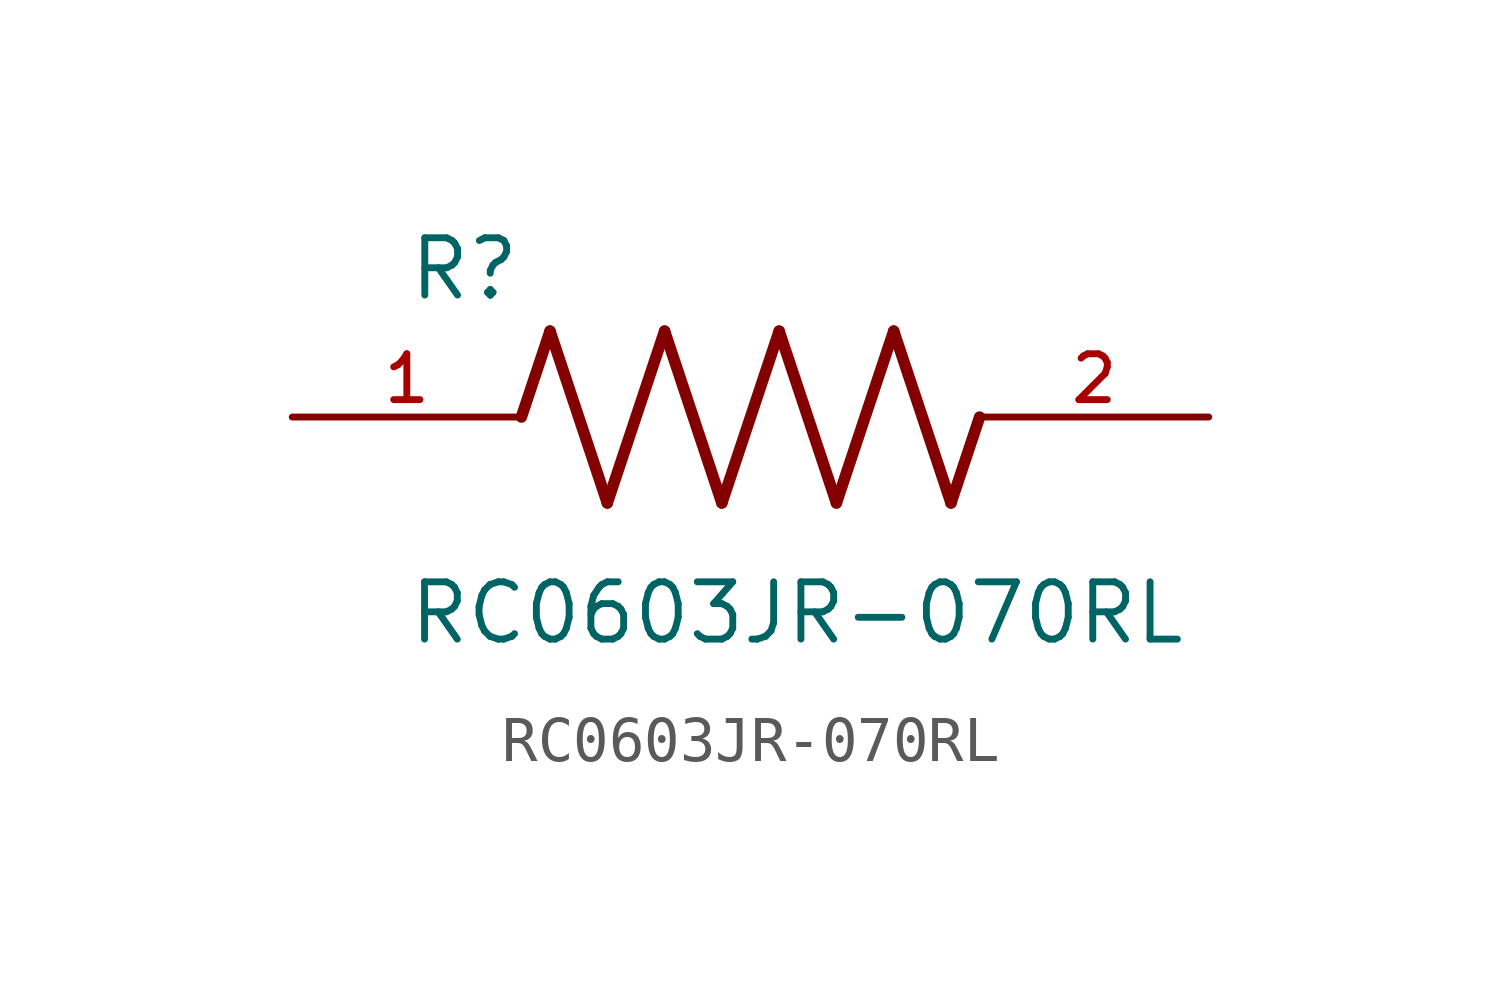
<source format=kicad_sym>
(kicad_symbol_lib
  (version 20211014)
  (generator kicad_symbol_editor)
  (symbol "RC0603JR-070RL"
    (pin_names
      (offset 1.016))
    (property "Reference" "R"
      (at -7.624 2.541 0)
      (effects (font (size 1.27 1.27)) (justify bottom left)))
    (property "Value" "RC0603JR-070RL"
      (at -7.63 -5.087 0)
      (effects (font (size 1.27 1.27)) (justify bottom left)))
    (symbol "RC0603JR-070RL_0_0"
      (polyline (pts (xy -5.08 0.0) (xy -4.445 1.905)) (stroke (width 0.254)))
      (polyline (pts (xy -4.445 1.905) (xy -3.175 -1.905)) (stroke (width 0.254)))
      (polyline (pts (xy -3.175 -1.905) (xy -1.905 1.905)) (stroke (width 0.254)))
      (polyline (pts (xy -1.905 1.905) (xy -0.635 -1.905)) (stroke (width 0.254)))
      (polyline (pts (xy -0.635 -1.905) (xy 0.635 1.905)) (stroke (width 0.254)))
      (polyline (pts (xy 0.635 1.905) (xy 1.905 -1.905)) (stroke (width 0.254)))
      (polyline (pts (xy 1.905 -1.905) (xy 3.175 1.905)) (stroke (width 0.254)))
      (polyline (pts (xy 3.175 1.905) (xy 4.445 -1.905)) (stroke (width 0.254)))
      (polyline (pts (xy 4.445 -1.905) (xy 5.08 0.0)) (stroke (width 0.254)))
      (pin passive line (at -10.16 0.0 0) (length 5.08) (name "~" (effects (font (size 1.016 1.016)))) (number "1" (effects (font (size 1.016 1.016)))))
      (pin passive line (at 10.16 0.0 180.0) (length 5.08) (name "~" (effects (font (size 1.016 1.016)))) (number "2" (effects (font (size 1.016 1.016))))))))
</source>
